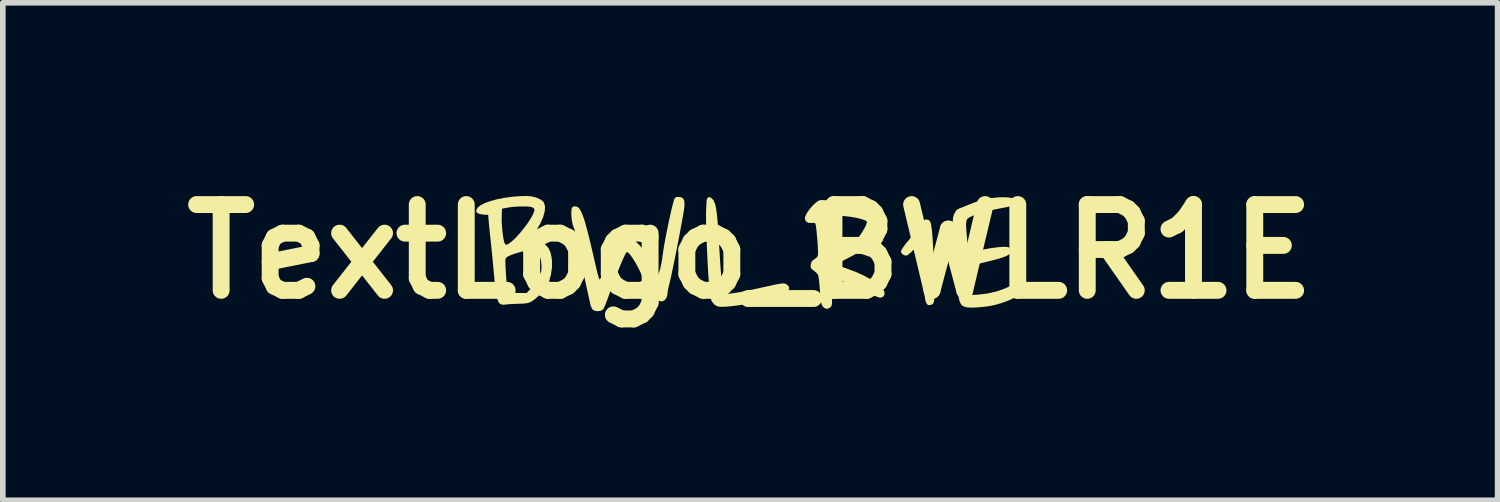
<source format=kicad_pcb>
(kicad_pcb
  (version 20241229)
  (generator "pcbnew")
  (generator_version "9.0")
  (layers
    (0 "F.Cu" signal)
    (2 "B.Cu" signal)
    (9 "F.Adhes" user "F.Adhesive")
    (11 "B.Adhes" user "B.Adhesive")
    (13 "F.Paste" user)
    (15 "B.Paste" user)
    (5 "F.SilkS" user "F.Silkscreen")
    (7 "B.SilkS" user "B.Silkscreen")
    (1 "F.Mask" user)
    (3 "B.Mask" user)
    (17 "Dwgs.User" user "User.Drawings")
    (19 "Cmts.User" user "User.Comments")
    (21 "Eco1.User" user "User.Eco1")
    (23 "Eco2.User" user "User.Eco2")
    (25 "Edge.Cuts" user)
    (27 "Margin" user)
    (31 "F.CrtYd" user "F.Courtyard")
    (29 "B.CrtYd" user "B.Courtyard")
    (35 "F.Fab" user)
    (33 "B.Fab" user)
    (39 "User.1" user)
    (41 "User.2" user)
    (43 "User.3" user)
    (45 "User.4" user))
  (footprint "TextLogo_BWLR1E"
    (layer "F.Cu")
    (at 10.276 1.418)
    (property "Reference" "TextLogo_BWLR1E" (at 0 0 0) (layer "F.SilkS") (effects (font (size 1.524 1.524) (thickness 0.3))))
    (attr board_only exclude_from_pos_files exclude_from_bom)
    (fp_poly (pts (xy 3.169 -0.562) (xy 3.193 -0.537) (xy 3.205 -0.512) (xy 3.215 -0.469) (xy 3.226 -0.395) (xy 3.236 -0.288) (xy 3.245 -0.152) (xy 3.254 0.013) (xy 3.262 0.207) (xy 3.269 0.427) (xy 3.271 0.502) (xy 3.275 0.635) (xy 3.275 0.738) (xy 3.273 0.816) (xy 3.267 0.872) (xy 3.257 0.909) (xy 3.241 0.932) (xy 3.219 0.945) (xy 3.192 0.951) (xy 3.191 0.951) (xy 3.159 0.95) (xy 3.138 0.932) (xy 3.118 0.892) (xy 3.108 0.851) (xy 3.097 0.78) (xy 3.088 0.683) (xy 3.08 0.565) (xy 3.073 0.429) (xy 3.068 0.28) (xy 3.064 0.121) (xy 3.062 -0.008) (xy 3.061 -0.209) (xy 3.018 -0.159) (xy 2.951 -0.083) (xy 2.889 -0.018) (xy 2.835 0.033) (xy 2.795 0.064) (xy 2.78 0.071) (xy 2.737 0.068) (xy 2.699 0.044) (xy 2.678 0.008) (xy 2.677 -0.002) (xy 2.688 -0.03) (xy 2.715 -0.074) (xy 2.755 -0.127) (xy 2.772 -0.148) (xy 2.829 -0.218) (xy 2.889 -0.299) (xy 2.939 -0.373) (xy 2.942 -0.376) (xy 2.994 -0.456) (xy 3.035 -0.511) (xy 3.068 -0.545) (xy 3.097 -0.563) (xy 3.128 -0.569) (xy 3.133 -0.569)) (stroke (width 0) (type solid)) (fill yes) (layer "F.SilkS"))
    (fp_poly (pts (xy -0.69 -0.949) (xy -0.685 -0.945) (xy -0.664 -0.924) (xy -0.647 -0.899) (xy -0.632 -0.866) (xy -0.618 -0.823) (xy -0.607 -0.768) (xy -0.596 -0.696) (xy -0.586 -0.605) (xy -0.576 -0.493) (xy -0.567 -0.356) (xy -0.556 -0.191) (xy -0.545 0.004) (xy -0.544 0.017) (xy -0.533 0.201) (xy -0.521 0.362) (xy -0.51 0.497) (xy -0.499 0.604) (xy -0.488 0.683) (xy -0.478 0.731) (xy -0.473 0.742) (xy -0.449 0.751) (xy -0.393 0.751) (xy -0.307 0.741) (xy -0.191 0.722) (xy -0.046 0.694) (xy 0.127 0.657) (xy 0.182 0.645) (xy 0.309 0.617) (xy 0.407 0.595) (xy 0.482 0.58) (xy 0.536 0.571) (xy 0.575 0.567) (xy 0.602 0.567) (xy 0.621 0.571) (xy 0.636 0.577) (xy 0.681 0.612) (xy 0.694 0.653) (xy 0.677 0.698) (xy 0.649 0.728) (xy 0.605 0.757) (xy 0.54 0.785) (xy 0.451 0.814) (xy 0.334 0.847) (xy 0.308 0.854) (xy 0.178 0.885) (xy 0.043 0.913) (xy -0.092 0.938) (xy -0.222 0.957) (xy -0.34 0.972) (xy -0.442 0.98) (xy -0.523 0.982) (xy -0.576 0.976) (xy -0.577 0.976) (xy -0.632 0.946) (xy -0.678 0.893) (xy -0.702 0.838) (xy -0.711 0.789) (xy -0.72 0.712) (xy -0.729 0.611) (xy -0.739 0.489) (xy -0.748 0.353) (xy -0.756 0.205) (xy -0.764 0.052) (xy -0.771 -0.104) (xy -0.777 -0.256) (xy -0.781 -0.401) (xy -0.784 -0.534) (xy -0.785 -0.65) (xy -0.783 -0.734) (xy -0.78 -0.824) (xy -0.776 -0.886) (xy -0.77 -0.925) (xy -0.761 -0.948) (xy -0.75 -0.96) (xy -0.722 -0.967)) (stroke (width 0) (type solid)) (fill yes) (layer "F.SilkS"))
    (fp_poly (pts (xy 4.571 -0.962) (xy 4.647 -0.951) (xy 4.704 -0.932) (xy 4.738 -0.905) (xy 4.744 -0.87) (xy 4.741 -0.862) (xy 4.726 -0.842) (xy 4.693 -0.825) (xy 4.639 -0.808) (xy 4.559 -0.789) (xy 4.458 -0.77) (xy 4.326 -0.744) (xy 4.198 -0.713) (xy 4.082 -0.681) (xy 3.985 -0.648) (xy 3.914 -0.617) (xy 3.907 -0.614) (xy 3.867 -0.589) (xy 3.846 -0.564) (xy 3.838 -0.525) (xy 3.835 -0.493) (xy 3.835 -0.449) (xy 3.839 -0.385) (xy 3.845 -0.309) (xy 3.852 -0.227) (xy 3.861 -0.147) (xy 3.87 -0.076) (xy 3.879 -0.022) (xy 3.886 0.008) (xy 3.888 0.011) (xy 3.907 0.012) (xy 3.95 0.006) (xy 4.008 -0.006) (xy 4.011 -0.007) (xy 4.138 -0.035) (xy 4.263 -0.058) (xy 4.378 -0.074) (xy 4.472 -0.083) (xy 4.505 -0.084) (xy 4.562 -0.082) (xy 4.596 -0.073) (xy 4.615 -0.056) (xy 4.619 -0.05) (xy 4.631 -0.013) (xy 4.627 0.019) (xy 4.603 0.048) (xy 4.556 0.077) (xy 4.484 0.105) (xy 4.385 0.136) (xy 4.255 0.169) (xy 4.227 0.176) (xy 4.138 0.198) (xy 4.057 0.218) (xy 3.992 0.236) (xy 3.95 0.248) (xy 3.941 0.251) (xy 3.899 0.267) (xy 3.899 0.774) (xy 4.053 0.765) (xy 4.214 0.746) (xy 4.372 0.71) (xy 4.517 0.66) (xy 4.569 0.636) (xy 4.641 0.602) (xy 4.691 0.582) (xy 4.725 0.575) (xy 4.75 0.582) (xy 4.774 0.599) (xy 4.779 0.604) (xy 4.815 0.654) (xy 4.817 0.704) (xy 4.787 0.755) (xy 4.75 0.786) (xy 4.678 0.829) (xy 4.582 0.872) (xy 4.472 0.913) (xy 4.359 0.946) (xy 4.3 0.959) (xy 4.205 0.975) (xy 4.104 0.987) (xy 4.006 0.994) (xy 3.919 0.996) (xy 3.853 0.992) (xy 3.834 0.988) (xy 3.8 0.978) (xy 3.772 0.964) (xy 3.749 0.943) (xy 3.731 0.912) (xy 3.715 0.867) (xy 3.702 0.806) (xy 3.691 0.724) (xy 3.68 0.62) (xy 3.67 0.489) (xy 3.659 0.329) (xy 3.656 0.293) (xy 3.647 0.164) (xy 3.638 0.026) (xy 3.628 -0.11) (xy 3.619 -0.233) (xy 3.612 -0.334) (xy 3.612 -0.335) (xy 3.604 -0.434) (xy 3.6 -0.506) (xy 3.599 -0.558) (xy 3.602 -0.596) (xy 3.608 -0.626) (xy 3.619 -0.655) (xy 3.626 -0.671) (xy 3.653 -0.722) (xy 3.685 -0.752) (xy 3.733 -0.773) (xy 3.783 -0.792) (xy 3.85 -0.819) (xy 3.925 -0.849) (xy 3.953 -0.861) (xy 4.055 -0.897) (xy 4.162 -0.926) (xy 4.272 -0.947) (xy 4.38 -0.96) (xy 4.481 -0.965)) (stroke (width 0) (type solid)) (fill yes) (layer "F.SilkS"))
    (fp_poly (pts (xy -3.88 -0.979) (xy -3.797 -0.957) (xy -3.727 -0.926) (xy -3.677 -0.887) (xy -3.664 -0.869) (xy -3.645 -0.801) (xy -3.65 -0.715) (xy -3.677 -0.614) (xy -3.725 -0.504) (xy -3.793 -0.388) (xy -3.798 -0.38) (xy -3.84 -0.315) (xy -3.863 -0.272) (xy -3.867 -0.247) (xy -3.854 -0.236) (xy -3.833 -0.234) (xy -3.805 -0.226) (xy -3.759 -0.203) (xy -3.704 -0.17) (xy -3.699 -0.167) (xy -3.629 -0.114) (xy -3.58 -0.056) (xy -3.547 0.015) (xy -3.528 0.107) (xy -3.522 0.159) (xy -3.521 0.28) (xy -3.539 0.407) (xy -3.572 0.526) (xy -3.598 0.587) (xy -3.638 0.65) (xy -3.696 0.721) (xy -3.762 0.79) (xy -3.829 0.849) (xy -3.887 0.89) (xy -3.89 0.891) (xy -3.932 0.909) (xy -3.981 0.92) (xy -4.046 0.926) (xy -4.125 0.928) (xy -4.202 0.931) (xy -4.272 0.934) (xy -4.324 0.939) (xy -4.342 0.942) (xy -4.39 0.945) (xy -4.428 0.938) (xy -4.452 0.921) (xy -4.473 0.892) (xy -4.491 0.846) (xy -4.507 0.78) (xy -4.522 0.692) (xy -4.536 0.577) (xy -4.549 0.432) (xy -4.551 0.413) (xy -4.562 0.288) (xy -4.573 0.179) (xy -4.349 0.179) (xy -4.348 0.237) (xy -4.343 0.32) (xy -4.343 0.332) (xy -4.335 0.459) (xy -4.325 0.556) (xy -4.311 0.627) (xy -4.291 0.677) (xy -4.261 0.709) (xy -4.221 0.727) (xy -4.167 0.735) (xy -4.1 0.736) (xy -3.971 0.736) (xy -3.862 0.623) (xy -3.792 0.545) (xy -3.747 0.474) (xy -3.72 0.401) (xy -3.709 0.317) (xy -3.707 0.259) (xy -3.716 0.153) (xy -3.744 0.074) (xy -3.792 0.021) (xy -3.862 -0.009) (xy -3.938 -0.016) (xy -3.998 -0.01) (xy -4.077 0.007) (xy -4.161 0.031) (xy -4.241 0.059) (xy -4.302 0.087) (xy -4.315 0.095) (xy -4.331 0.106) (xy -4.342 0.12) (xy -4.348 0.143) (xy -4.349 0.179) (xy -4.573 0.179) (xy -4.575 0.158) (xy -4.587 0.032) (xy -4.598 -0.079) (xy -4.607 -0.168) (xy -4.608 -0.176) (xy -4.619 -0.273) (xy -4.629 -0.371) (xy -4.638 -0.461) (xy -4.644 -0.523) (xy -4.646 -0.55) (xy -4.415 -0.55) (xy -4.41 -0.459) (xy -4.402 -0.365) (xy -4.391 -0.276) (xy -4.378 -0.202) (xy -4.366 -0.155) (xy -4.35 -0.127) (xy -4.328 -0.12) (xy -4.294 -0.136) (xy -4.243 -0.174) (xy -4.238 -0.178) (xy -4.172 -0.238) (xy -4.103 -0.313) (xy -4.034 -0.396) (xy -3.969 -0.482) (xy -3.912 -0.566) (xy -3.868 -0.642) (xy -3.84 -0.705) (xy -3.832 -0.743) (xy -3.846 -0.769) (xy -3.875 -0.787) (xy -3.921 -0.796) (xy -3.991 -0.801) (xy -4.075 -0.801) (xy -4.165 -0.797) (xy -4.251 -0.789) (xy -4.3 -0.781) (xy -4.409 -0.761) (xy -4.414 -0.627) (xy -4.415 -0.55) (xy -4.646 -0.55) (xy -4.655 -0.653) (xy -4.709 -0.653) (xy -4.766 -0.659) (xy -4.817 -0.671) (xy -4.854 -0.689) (xy -4.867 -0.714) (xy -4.866 -0.733) (xy -4.845 -0.777) (xy -4.794 -0.819) (xy -4.717 -0.859) (xy -4.619 -0.895) (xy -4.503 -0.927) (xy -4.373 -0.953) (xy -4.232 -0.973) (xy -4.085 -0.984) (xy -3.966 -0.987)) (stroke (width 0) (type solid)) (fill yes) (layer "F.SilkS"))
    (fp_poly (pts (xy -1.224 -0.964) (xy -1.188 -0.94) (xy -1.17 -0.895) (xy -1.167 -0.822) (xy -1.167 -0.819) (xy -1.171 -0.78) (xy -1.181 -0.713) (xy -1.196 -0.623) (xy -1.216 -0.513) (xy -1.239 -0.389) (xy -1.264 -0.255) (xy -1.291 -0.116) (xy -1.319 0.024) (xy -1.346 0.161) (xy -1.373 0.289) (xy -1.397 0.404) (xy -1.419 0.502) (xy -1.437 0.578) (xy -1.44 0.588) (xy -1.456 0.657) (xy -1.467 0.72) (xy -1.472 0.765) (xy -1.472 0.768) (xy -1.486 0.822) (xy -1.52 0.865) (xy -1.566 0.886) (xy -1.577 0.887) (xy -1.637 0.871) (xy -1.696 0.83) (xy -1.745 0.768) (xy -1.756 0.746) (xy -1.783 0.698) (xy -1.81 0.663) (xy -1.822 0.654) (xy -1.842 0.63) (xy -1.865 0.585) (xy -1.881 0.541) (xy -1.911 0.458) (xy -1.949 0.37) (xy -1.993 0.28) (xy -2.04 0.195) (xy -2.086 0.121) (xy -2.129 0.061) (xy -2.165 0.022) (xy -2.191 0.008) (xy -2.205 0.024) (xy -2.228 0.067) (xy -2.26 0.135) (xy -2.299 0.224) (xy -2.343 0.332) (xy -2.39 0.453) (xy -2.44 0.586) (xy -2.492 0.726) (xy -2.507 0.769) (xy -2.538 0.854) (xy -2.567 0.929) (xy -2.592 0.987) (xy -2.609 1.023) (xy -2.614 1.03) (xy -2.662 1.055) (xy -2.722 1.06) (xy -2.765 1.051) (xy -2.796 1.033) (xy -2.818 1.001) (xy -2.837 0.946) (xy -2.846 0.909) (xy -2.861 0.844) (xy -2.88 0.755) (xy -2.904 0.647) (xy -2.93 0.524) (xy -2.958 0.39) (xy -2.987 0.251) (xy -3.015 0.11) (xy -3.043 -0.027) (xy -3.069 -0.156) (xy -3.089 -0.259) (xy -3.105 -0.329) (xy -3.122 -0.391) (xy -3.137 -0.434) (xy -3.14 -0.439) (xy -3.155 -0.485) (xy -3.168 -0.551) (xy -3.176 -0.626) (xy -3.178 -0.697) (xy -3.174 -0.752) (xy -3.173 -0.759) (xy -3.157 -0.792) (xy -3.124 -0.803) (xy -3.113 -0.803) (xy -3.087 -0.8) (xy -3.062 -0.788) (xy -3.038 -0.766) (xy -3.014 -0.731) (xy -2.99 -0.681) (xy -2.964 -0.614) (xy -2.936 -0.528) (xy -2.906 -0.42) (xy -2.872 -0.288) (xy -2.833 -0.13) (xy -2.789 0.056) (xy -2.74 0.272) (xy -2.736 0.288) (xy -2.718 0.365) (xy -2.7 0.43) (xy -2.686 0.475) (xy -2.677 0.494) (xy -2.677 0.494) (xy -2.67 0.491) (xy -2.659 0.476) (xy -2.644 0.444) (xy -2.622 0.394) (xy -2.594 0.322) (xy -2.557 0.225) (xy -2.511 0.101) (xy -2.485 0.03) (xy -2.453 -0.053) (xy -2.422 -0.127) (xy -2.396 -0.186) (xy -2.376 -0.222) (xy -2.374 -0.225) (xy -2.324 -0.263) (xy -2.257 -0.279) (xy -2.183 -0.272) (xy -2.169 -0.268) (xy -2.109 -0.238) (xy -2.04 -0.184) (xy -1.968 -0.115) (xy -1.901 -0.037) (xy -1.871 0.004) (xy -1.839 0.053) (xy -1.811 0.101) (xy -1.782 0.156) (xy -1.75 0.225) (xy -1.71 0.315) (xy -1.691 0.359) (xy -1.668 0.406) (xy -1.653 0.425) (xy -1.641 0.42) (xy -1.639 0.418) (xy -1.617 0.369) (xy -1.596 0.295) (xy -1.576 0.204) (xy -1.56 0.103) (xy -1.558 0.08) (xy -1.546 -0.002) (xy -1.529 -0.108) (xy -1.507 -0.229) (xy -1.481 -0.361) (xy -1.454 -0.494) (xy -1.426 -0.623) (xy -1.399 -0.741) (xy -1.375 -0.839) (xy -1.354 -0.913) (xy -1.353 -0.916) (xy -1.336 -0.954) (xy -1.31 -0.969) (xy -1.282 -0.97)) (stroke (width 0) (type solid)) (fill yes) (layer "F.SilkS"))
    (fp_poly (pts (xy 1.347 -0.91) (xy 1.426 -0.903) (xy 1.501 -0.895) (xy 1.691 -0.874) (xy 1.849 -0.855) (xy 1.975 -0.836) (xy 2.07 -0.817) (xy 2.135 -0.8) (xy 2.155 -0.792) (xy 2.217 -0.747) (xy 2.257 -0.684) (xy 2.274 -0.598) (xy 2.276 -0.559) (xy 2.265 -0.466) (xy 2.232 -0.371) (xy 2.174 -0.27) (xy 2.089 -0.159) (xy 2.071 -0.138) (xy 2.023 -0.083) (xy 1.983 -0.041) (xy 1.945 -0.006) (xy 1.902 0.025) (xy 1.848 0.057) (xy 1.775 0.097) (xy 1.699 0.136) (xy 1.624 0.177) (xy 1.57 0.21) (xy 1.542 0.232) (xy 1.54 0.241) (xy 1.565 0.25) (xy 1.614 0.267) (xy 1.68 0.29) (xy 1.74 0.311) (xy 1.883 0.365) (xy 2.016 0.426) (xy 2.134 0.49) (xy 2.234 0.555) (xy 2.312 0.619) (xy 2.365 0.679) (xy 2.384 0.717) (xy 2.385 0.766) (xy 2.36 0.803) (xy 2.315 0.82) (xy 2.31 0.82) (xy 2.279 0.813) (xy 2.225 0.793) (xy 2.153 0.763) (xy 2.072 0.725) (xy 2.031 0.705) (xy 1.936 0.66) (xy 1.837 0.614) (xy 1.741 0.571) (xy 1.651 0.533) (xy 1.573 0.501) (xy 1.514 0.479) (xy 1.478 0.469) (xy 1.473 0.469) (xy 1.466 0.485) (xy 1.46 0.532) (xy 1.457 0.607) (xy 1.456 0.708) (xy 1.456 0.719) (xy 1.455 0.815) (xy 1.454 0.884) (xy 1.451 0.93) (xy 1.446 0.96) (xy 1.437 0.978) (xy 1.425 0.99) (xy 1.419 0.995) (xy 1.378 1.017) (xy 1.343 1.015) (xy 1.318 1.003) (xy 1.293 0.983) (xy 1.274 0.954) (xy 1.261 0.91) (xy 1.25 0.846) (xy 1.242 0.757) (xy 1.238 0.687) (xy 1.231 0.6) (xy 1.224 0.522) (xy 1.215 0.46) (xy 1.207 0.422) (xy 1.205 0.418) (xy 1.179 0.382) (xy 1.138 0.345) (xy 1.128 0.338) (xy 1.09 0.309) (xy 1.075 0.281) (xy 1.074 0.239) (xy 1.074 0.238) (xy 1.084 0.193) (xy 1.109 0.159) (xy 1.142 0.135) (xy 1.179 0.108) (xy 1.198 0.083) (xy 1.204 0.044) (xy 1.205 0.01) (xy 1.203 -0.043) (xy 1.199 -0.116) (xy 1.193 -0.2) (xy 1.185 -0.287) (xy 1.178 -0.368) (xy 1.17 -0.434) (xy 1.164 -0.476) (xy 1.163 -0.479) (xy 1.153 -0.503) (xy 1.13 -0.51) (xy 1.091 -0.507) (xy 1.029 -0.51) (xy 0.988 -0.537) (xy 0.971 -0.585) (xy 0.97 -0.593) (xy 0.977 -0.618) (xy 1.392 -0.618) (xy 1.394 -0.6) (xy 1.395 -0.596) (xy 1.4 -0.568) (xy 1.407 -0.513) (xy 1.415 -0.439) (xy 1.424 -0.354) (xy 1.433 -0.264) (xy 1.442 -0.176) (xy 1.449 -0.098) (xy 1.454 -0.037) (xy 1.456 0.000391) (xy 1.456 0.003) (xy 1.464 0.028) (xy 1.474 0.033) (xy 1.495 0.026) (xy 1.54 0.006) (xy 1.6 -0.022) (xy 1.658 -0.052) (xy 1.762 -0.11) (xy 1.84 -0.165) (xy 1.895 -0.217) (xy 1.939 -0.271) (xy 1.983 -0.335) (xy 2.023 -0.402) (xy 2.054 -0.462) (xy 2.072 -0.509) (xy 2.075 -0.525) (xy 2.059 -0.544) (xy 2.016 -0.564) (xy 1.95 -0.584) (xy 1.868 -0.602) (xy 1.775 -0.618) (xy 1.678 -0.629) (xy 1.58 -0.635) (xy 1.536 -0.636) (xy 1.465 -0.636) (xy 1.421 -0.634) (xy 1.399 -0.628) (xy 1.392 -0.618) (xy 0.977 -0.618) (xy 0.983 -0.638) (xy 1.015 -0.697) (xy 1.062 -0.762) (xy 1.118 -0.825) (xy 1.177 -0.878) (xy 1.192 -0.889) (xy 1.21 -0.901) (xy 1.229 -0.909) (xy 1.255 -0.913) (xy 1.292 -0.914)) (stroke (width 0) (type solid)) (fill yes) (layer "F.SilkS")))
  (gr_rect
    (start -3 -3)
    (end 23.552 5.836)
    (stroke (width 0.1) (type default))
    (fill no)
    (layer "Edge.Cuts")))
</source>
